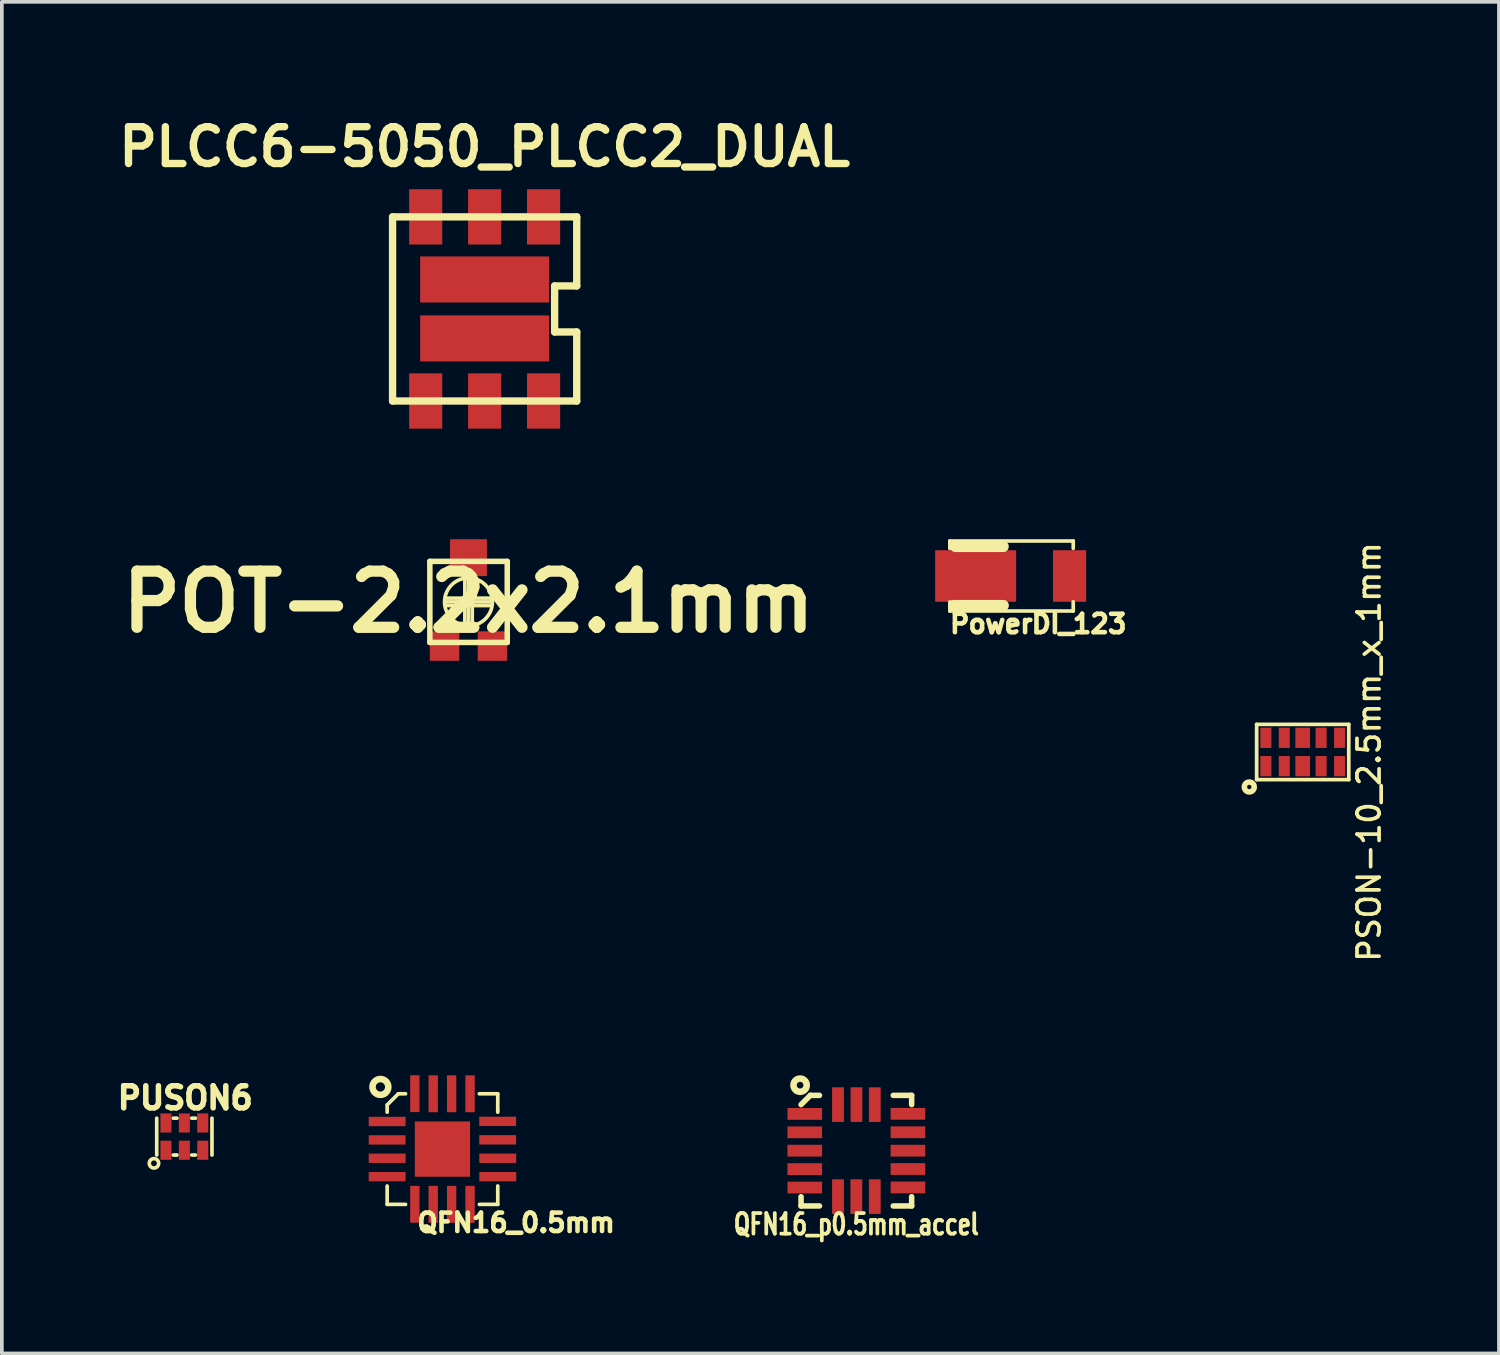
<source format=kicad_pcb>
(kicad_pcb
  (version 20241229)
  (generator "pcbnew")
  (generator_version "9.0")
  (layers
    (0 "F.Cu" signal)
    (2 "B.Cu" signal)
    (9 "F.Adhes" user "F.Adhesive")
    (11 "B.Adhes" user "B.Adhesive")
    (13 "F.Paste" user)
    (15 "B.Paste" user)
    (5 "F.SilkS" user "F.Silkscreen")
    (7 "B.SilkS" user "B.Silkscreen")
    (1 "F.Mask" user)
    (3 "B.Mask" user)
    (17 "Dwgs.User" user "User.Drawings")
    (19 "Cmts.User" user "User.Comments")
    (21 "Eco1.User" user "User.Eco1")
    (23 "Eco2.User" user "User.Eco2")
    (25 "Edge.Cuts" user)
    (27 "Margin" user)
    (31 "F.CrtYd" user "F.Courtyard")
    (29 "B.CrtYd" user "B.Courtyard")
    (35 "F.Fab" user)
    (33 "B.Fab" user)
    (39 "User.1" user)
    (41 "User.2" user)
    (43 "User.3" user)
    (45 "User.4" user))
  (footprint "PUSON6"
    (layer "F.Cu")
    (at 1.954 27.802)
    (property "Reference" "PUSON6" (at 0.025 -1.05 0) (layer "F.SilkS") (effects (font (size 0.6 0.6) (thickness 0.15))))
    (attr through_hole)
    (fp_line (start -0.75 -0.5) (end -0.75 0.5) (stroke (width 0.099) (type solid)) (layer "F.SilkS"))
    (fp_line (start -0.3 -0.5) (end -0.2 -0.5) (stroke (width 0.099) (type solid)) (layer "F.SilkS"))
    (fp_line (start -0.3 0.5) (end -0.225 0.5) (stroke (width 0.099) (type solid)) (layer "F.SilkS"))
    (fp_line (start -0.225 0.5) (end -0.2 0.5) (stroke (width 0.099) (type solid)) (layer "F.SilkS"))
    (fp_line (start 0.2 -0.5) (end 0.3 -0.5) (stroke (width 0.099) (type solid)) (layer "F.SilkS"))
    (fp_line (start 0.2 0.5) (end 0.3 0.5) (stroke (width 0.099) (type solid)) (layer "F.SilkS"))
    (fp_line (start 0.75 -0.5) (end 0.75 0.5) (stroke (width 0.099) (type solid)) (layer "F.SilkS"))
    (fp_circle (center -0.825 0.725) (end -0.7 0.75) (stroke (width 0.099) (type solid)) (fill no) (layer "F.SilkS"))
    (pad "1" smd rect (at -0.5 0.37) (size 0.3 0.52) (layers "F.Cu" "F.Mask" "F.Paste"))
    (pad "2" smd rect (at 0 0.37) (size 0.3 0.52) (layers "F.Cu" "F.Mask" "F.Paste"))
    (pad "3" smd rect (at 0.5 0.37) (size 0.3 0.52) (layers "F.Cu" "F.Mask" "F.Paste"))
    (pad "4" smd rect (at 0.5 -0.37) (size 0.3 0.52) (layers "F.Cu" "F.Mask" "F.Paste"))
    (pad "5" smd rect (at 0 -0.37) (size 0.3 0.52) (layers "F.Cu" "F.Mask" "F.Paste"))
    (pad "6" smd rect (at -0.5 -0.37) (size 0.3 0.52) (layers "F.Cu" "F.Mask" "F.Paste")))
  (footprint "QFN16_0.5mm"
    (layer "F.Cu")
    (at 8.96 28.141)
    (property "Reference" "QFN16_0.5mm" (at 1.999 1.999 0) (layer "F.SilkS") (effects (font (size 0.5 0.5) (thickness 0.124))))
    (attr smd)
    (fp_line (start -1.501 -1.199) (end -1.199 -1.501) (stroke (width 0.099) (type solid)) (layer "F.SilkS"))
    (fp_line (start -1.501 -1.001) (end -1.501 -1.199) (stroke (width 0.099) (type solid)) (layer "F.SilkS"))
    (fp_line (start -1.501 1.501) (end -1.501 1.001) (stroke (width 0.099) (type solid)) (layer "F.SilkS"))
    (fp_line (start -1.501 1.501) (end -1.001 1.501) (stroke (width 0.099) (type solid)) (layer "F.SilkS"))
    (fp_line (start -1.199 -1.501) (end -1.001 -1.501) (stroke (width 0.099) (type solid)) (layer "F.SilkS"))
    (fp_line (start 1.501 -1.501) (end 1.001 -1.501) (stroke (width 0.099) (type solid)) (layer "F.SilkS"))
    (fp_line (start 1.501 -1.501) (end 1.501 -1.049) (stroke (width 0.099) (type solid)) (layer "F.SilkS"))
    (fp_line (start 1.501 -1.049) (end 1.501 -1.001) (stroke (width 0.099) (type solid)) (layer "F.SilkS"))
    (fp_line (start 1.501 1.501) (end 1.001 1.501) (stroke (width 0.099) (type solid)) (layer "F.SilkS"))
    (fp_line (start 1.501 1.501) (end 1.501 1.001) (stroke (width 0.099) (type solid)) (layer "F.SilkS"))
    (fp_circle (center -1.684 -1.687) (end -1.836 -1.839) (stroke (width 0.178) (type solid)) (fill no) (layer "F.SilkS"))
    (pad "1" smd rect (at -1.501 -0.749 90) (size 0.254 1.001) (layers "F.Cu" "F.Mask" "F.Paste"))
    (pad "2" smd rect (at -1.501 -0.249 90) (size 0.254 1.001) (layers "F.Cu" "F.Mask" "F.Paste"))
    (pad "3" smd rect (at -1.501 0.249 90) (size 0.254 1.001) (layers "F.Cu" "F.Mask" "F.Paste"))
    (pad "4" smd rect (at -1.501 0.749 90) (size 0.254 1.001) (layers "F.Cu" "F.Mask" "F.Paste"))
    (pad "5" smd rect (at -0.749 1.499) (size 0.254 1.001) (layers "F.Cu" "F.Mask" "F.Paste"))
    (pad "6" smd rect (at -0.251 1.499) (size 0.254 1.001) (layers "F.Cu" "F.Mask" "F.Paste"))
    (pad "7" smd rect (at 0.249 1.499) (size 0.254 1.001) (layers "F.Cu" "F.Mask" "F.Paste"))
    (pad "8" smd rect (at 0.749 1.499) (size 0.254 1.001) (layers "F.Cu" "F.Mask" "F.Paste"))
    (pad "9" smd rect (at 1.501 0.749 90) (size 0.254 1.001) (layers "F.Cu" "F.Mask" "F.Paste"))
    (pad "10" smd rect (at 1.501 0.249 90) (size 0.254 1.001) (layers "F.Cu" "F.Mask" "F.Paste"))
    (pad "11" smd rect (at 1.499 -0.251 270) (size 0.254 1.001) (layers "F.Cu" "F.Mask" "F.Paste"))
    (pad "12" smd rect (at 1.499 -0.752 270) (size 0.254 1.001) (layers "F.Cu" "F.Mask" "F.Paste"))
    (pad "13" smd rect (at 0.749 -1.501) (size 0.254 1.001) (layers "F.Cu" "F.Mask" "F.Paste"))
    (pad "14" smd rect (at 0.249 -1.501) (size 0.254 1.001) (layers "F.Cu" "F.Mask" "F.Paste"))
    (pad "15" smd rect (at -0.251 -1.501) (size 0.254 1.001) (layers "F.Cu" "F.Mask" "F.Paste"))
    (pad "16" smd rect (at -0.749 -1.504) (size 0.254 1.001) (layers "F.Cu" "F.Mask" "F.Paste"))
    (pad "17" smd rect (at 0 0) (size 1.501 1.501) (layers "F.Cu" "F.Mask" "F.Paste")))
  (footprint "PLCC6-5050_PLCC2_DUAL"
    (layer "F.Cu")
    (at 10.105 5.336)
    (property "Reference" "PLCC6-5050_PLCC2_DUAL" (at 0 -4.4 0) (layer "F.SilkS") (effects (font (size 1 1) (thickness 0.2))))
    (attr through_hole)
    (fp_line (start -2.499 -2.499) (end 2.499 -2.499) (stroke (width 0.2) (type solid)) (layer "F.SilkS"))
    (fp_line (start -2.499 2.499) (end -2.499 -2.499) (stroke (width 0.2) (type solid)) (layer "F.SilkS"))
    (fp_line (start 1.9 -0.625) (end 1.9 0.625) (stroke (width 0.2) (type solid)) (layer "F.SilkS"))
    (fp_line (start 2.499 2.499) (end -2.499 2.499) (stroke (width 0.2) (type solid)) (layer "F.SilkS"))
    (fp_line (start 2.5 -2.5) (end 2.5 -0.625) (stroke (width 0.2) (type solid)) (layer "F.SilkS"))
    (fp_line (start 2.5 -0.625) (end 1.9 -0.625) (stroke (width 0.2) (type solid)) (layer "F.SilkS"))
    (fp_line (start 2.5 0.625) (end 1.9 0.625) (stroke (width 0.2) (type solid)) (layer "F.SilkS"))
    (fp_line (start 2.5 2.5) (end 2.5 0.625) (stroke (width 0.2) (type solid)) (layer "F.SilkS"))
    (pad "BA" smd rect (at 1.6 2.499) (size 0.899 1.501) (layers "F.Cu" "F.Mask" "F.Paste"))
    (pad "BC" smd rect (at 1.6 -2.499) (size 0.899 1.501) (layers "F.Cu" "F.Mask" "F.Paste"))
    (pad "GA" smd rect (at 0 2.499) (size 0.899 1.501) (layers "F.Cu" "F.Mask" "F.Paste"))
    (pad "GC" smd rect (at 0 -2.499) (size 0.899 1.501) (layers "F.Cu" "F.Mask" "F.Paste"))
    (pad "RA" smd rect (at -1.6 2.499) (size 0.899 1.501) (layers "F.Cu" "F.Mask" "F.Paste"))
    (pad "RA" smd rect (at 0 -0.8 90) (size 1.25 3.5) (layers "F.Cu" "F.Mask" "F.Paste"))
    (pad "RC" smd rect (at -1.6 -2.499) (size 0.899 1.501) (layers "F.Cu" "F.Mask" "F.Paste"))
    (pad "RC" smd rect (at 0 0.8 90) (size 1.25 3.5) (layers "F.Cu" "F.Mask" "F.Paste")))
  (footprint "PSON-10_2.5mm_x_1mm"
    (layer "F.Cu")
    (at 32.311 17.362)
    (property "Reference" "PSON-10_2.5mm_x_1mm" (at 1.8 0 90) (layer "F.SilkS") (effects (font (size 0.6 0.6) (thickness 0.1))))
    (attr through_hole)
    (fp_line (start -1.25 -0.75) (end 1.25 -0.75) (stroke (width 0.1) (type solid)) (layer "F.SilkS"))
    (fp_line (start -1.25 0.75) (end -1.25 -0.75) (stroke (width 0.1) (type solid)) (layer "F.SilkS"))
    (fp_line (start 1.25 -0.75) (end 1.25 0.75) (stroke (width 0.1) (type solid)) (layer "F.SilkS"))
    (fp_line (start 1.25 0.75) (end -1.25 0.75) (stroke (width 0.1) (type solid)) (layer "F.SilkS"))
    (fp_circle (center -1.45 0.95) (end -1.325 1) (stroke (width 0.15) (type solid)) (fill no) (layer "F.SilkS"))
    (pad "1" smd rect (at -1 0.385) (size 0.3 0.55) (layers "F.Cu" "F.Mask" "F.Paste"))
    (pad "2" smd rect (at -0.5 0.385) (size 0.3 0.55) (layers "F.Cu" "F.Mask" "F.Paste"))
    (pad "3" smd rect (at 0 0.385) (size 0.4 0.55) (layers "F.Cu" "F.Mask" "F.Paste"))
    (pad "4" smd rect (at 0.5 0.385) (size 0.3 0.55) (layers "F.Cu" "F.Mask" "F.Paste"))
    (pad "5" smd rect (at 1 0.385) (size 0.3 0.55) (layers "F.Cu" "F.Mask" "F.Paste"))
    (pad "6" smd rect (at 1 -0.385) (size 0.3 0.55) (layers "F.Cu" "F.Mask" "F.Paste"))
    (pad "7" smd rect (at 0.5 -0.385) (size 0.3 0.55) (layers "F.Cu" "F.Mask" "F.Paste"))
    (pad "8" smd rect (at 0 -0.385) (size 0.4 0.55) (layers "F.Cu" "F.Mask" "F.Paste"))
    (pad "9" smd rect (at -0.5 -0.385) (size 0.3 0.55) (layers "F.Cu" "F.Mask" "F.Paste"))
    (pad "10" smd rect (at -1 -0.385) (size 0.3 0.55) (layers "F.Cu" "F.Mask" "F.Paste")))
  (footprint "QFN16_p0.5mm_accel"
    (layer "F.Cu")
    (at 20.195 28.184)
    (property "Reference" "QFN16_p0.5mm_accel" (at 0 1.999 0) (layer "F.SilkS") (effects (font (size 0.559 0.406) (thickness 0.102))))
    (attr through_hole)
    (fp_line (start -1.501 -1.25) (end -1.25 -1.501) (stroke (width 0.15) (type solid)) (layer "F.SilkS"))
    (fp_line (start -1.501 1.25) (end -1.501 1.501) (stroke (width 0.15) (type solid)) (layer "F.SilkS"))
    (fp_line (start -1.501 1.501) (end -1.001 1.501) (stroke (width 0.15) (type solid)) (layer "F.SilkS"))
    (fp_line (start -1.25 -1.501) (end -1.001 -1.501) (stroke (width 0.15) (type solid)) (layer "F.SilkS"))
    (fp_line (start 1.001 1.501) (end 1.501 1.501) (stroke (width 0.15) (type solid)) (layer "F.SilkS"))
    (fp_line (start 1.501 -1.501) (end 1.001 -1.501) (stroke (width 0.15) (type solid)) (layer "F.SilkS"))
    (fp_line (start 1.501 -1.25) (end 1.501 -1.501) (stroke (width 0.15) (type solid)) (layer "F.SilkS"))
    (fp_line (start 1.501 1.501) (end 1.501 1.25) (stroke (width 0.15) (type solid)) (layer "F.SilkS"))
    (fp_circle (center -1.527 -1.778) (end -1.654 -1.905) (stroke (width 0.178) (type solid)) (fill no) (layer "F.SilkS"))
    (pad "1" smd rect (at -1.4 -0.998 270) (size 0.32 0.94) (layers "F.Cu" "F.Mask" "F.Paste"))
    (pad "2" smd rect (at -1.4 -0.498 270) (size 0.32 0.94) (layers "F.Cu" "F.Mask" "F.Paste"))
    (pad "3" smd rect (at -1.4 0 270) (size 0.32 0.94) (layers "F.Cu" "F.Mask" "F.Paste"))
    (pad "4" smd rect (at -1.4 0.5 270) (size 0.32 0.94) (layers "F.Cu" "F.Mask" "F.Paste"))
    (pad "5" smd rect (at -1.4 1.001 270) (size 0.32 0.94) (layers "F.Cu" "F.Mask" "F.Paste"))
    (pad "6" smd rect (at -0.498 1.247) (size 0.32 0.94) (layers "F.Cu" "F.Mask" "F.Paste"))
    (pad "7" smd rect (at 0 1.247) (size 0.32 0.94) (layers "F.Cu" "F.Mask" "F.Paste"))
    (pad "8" smd rect (at 0.5 1.247) (size 0.32 0.94) (layers "F.Cu" "F.Mask" "F.Paste"))
    (pad "9" smd rect (at 1.4 0.998 270) (size 0.32 0.94) (layers "F.Cu" "F.Mask" "F.Paste"))
    (pad "10" smd rect (at 1.4 0.498 270) (size 0.32 0.94) (layers "F.Cu" "F.Mask" "F.Paste"))
    (pad "11" smd rect (at 1.4 0 270) (size 0.32 0.94) (layers "F.Cu" "F.Mask" "F.Paste"))
    (pad "12" smd rect (at 1.4 -0.5 270) (size 0.32 0.94) (layers "F.Cu" "F.Mask" "F.Paste"))
    (pad "13" smd rect (at 1.4 -1.001 270) (size 0.32 0.94) (layers "F.Cu" "F.Mask" "F.Paste"))
    (pad "14" smd rect (at 0.5 -1.25) (size 0.32 0.94) (layers "F.Cu" "F.Mask" "F.Paste"))
    (pad "15" smd rect (at 0.003 -1.25) (size 0.32 0.94) (layers "F.Cu" "F.Mask" "F.Paste"))
    (pad "16" smd rect (at -0.498 -1.25) (size 0.32 0.94) (layers "F.Cu" "F.Mask" "F.Paste")))
  (footprint "PowerDI_123"
    (layer "F.Cu")
    (at 25.033 12.585)
    (property "Reference" "PowerDI_123" (at 0.099 1.3 0) (layer "F.SilkS") (effects (font (size 0.5 0.5) (thickness 0.124))))
    (attr through_hole)
    (fp_line (start -2.301 -0.95) (end 1.049 -0.95) (stroke (width 0.099) (type solid)) (layer "F.SilkS"))
    (fp_line (start -2.301 -0.749) (end -2.301 -0.95) (stroke (width 0.099) (type solid)) (layer "F.SilkS"))
    (fp_line (start -2.301 0.701) (end -2.301 0.95) (stroke (width 0.099) (type solid)) (layer "F.SilkS"))
    (fp_line (start -2.301 0.95) (end 1.049 0.95) (stroke (width 0.099) (type solid)) (layer "F.SilkS"))
    (fp_line (start -2.2 0.8) (end -0.848 0.8) (stroke (width 0.3) (type solid)) (layer "F.SilkS"))
    (fp_line (start -2.149 -0.8) (end -0.851 -0.8) (stroke (width 0.3) (type solid)) (layer "F.SilkS"))
    (fp_line (start 1.049 -0.95) (end 1.049 -0.749) (stroke (width 0.099) (type solid)) (layer "F.SilkS"))
    (fp_line (start 1.049 0.95) (end 1.049 0.701) (stroke (width 0.099) (type solid)) (layer "F.SilkS"))
    (pad "1" smd rect (at -1.6 0) (size 2.2 1.4) (layers "F.Cu" "F.Mask" "F.Paste"))
    (pad "2" smd rect (at 0.95 0) (size 0.899 1.4) (layers "F.Cu" "F.Mask" "F.Paste")))
  (footprint "POT-2.2x2.1mm"
    (layer "F.Cu")
    (at 9.667 13.288)
    (property "Reference" "POT-2.2x2.1mm" (at 0 0 0) (layer "F.SilkS") (effects (font (size 1.524 1.524) (thickness 0.305))))
    (attr through_hole)
    (fp_line (start -1.049 -1.1) (end 1.052 -1.1) (stroke (width 0.15) (type solid)) (layer "F.SilkS"))
    (fp_line (start -1.049 1.1) (end -1.049 -1.1) (stroke (width 0.15) (type solid)) (layer "F.SilkS"))
    (fp_line (start -0.599 -0.102) (end 0.599 -0.102) (stroke (width 0.099) (type solid)) (layer "F.SilkS"))
    (fp_line (start -0.599 0.099) (end 0.599 0.099) (stroke (width 0.099) (type solid)) (layer "F.SilkS"))
    (fp_line (start -0.099 -0.602) (end -0.099 0.599) (stroke (width 0.099) (type solid)) (layer "F.SilkS"))
    (fp_line (start 0 0.599) (end 0 -0.602) (stroke (width 0.099) (type solid)) (layer "F.SilkS"))
    (fp_line (start 0.102 -0.602) (end 0.102 0.599) (stroke (width 0.099) (type solid)) (layer "F.SilkS"))
    (fp_line (start 0.599 0) (end -0.599 0) (stroke (width 0.099) (type solid)) (layer "F.SilkS"))
    (fp_line (start 1.052 -1.1) (end 1.052 1.1) (stroke (width 0.15) (type solid)) (layer "F.SilkS"))
    (fp_line (start 1.052 1.1) (end -1.049 1.1) (stroke (width 0.15) (type solid)) (layer "F.SilkS"))
    (fp_circle (center 0 0) (end 0.65 0) (stroke (width 0.099) (type solid)) (fill no) (layer "F.SilkS"))
    (pad "1" smd rect (at -0.65 1.199) (size 0.8 0.8) (layers "F.Cu" "F.Mask" "F.Paste"))
    (pad "2" smd rect (at 0 -1.201) (size 1.001 1.001) (layers "F.Cu" "F.Mask" "F.Paste"))
    (pad "3" smd rect (at 0.65 1.199) (size 0.8 0.8) (layers "F.Cu" "F.Mask" "F.Paste")))
  (gr_rect
    (start -3 -3)
    (end 37.638 33.688)
    (stroke (width 0.1) (type default))
    (fill no)
    (layer "Edge.Cuts")))
</source>
